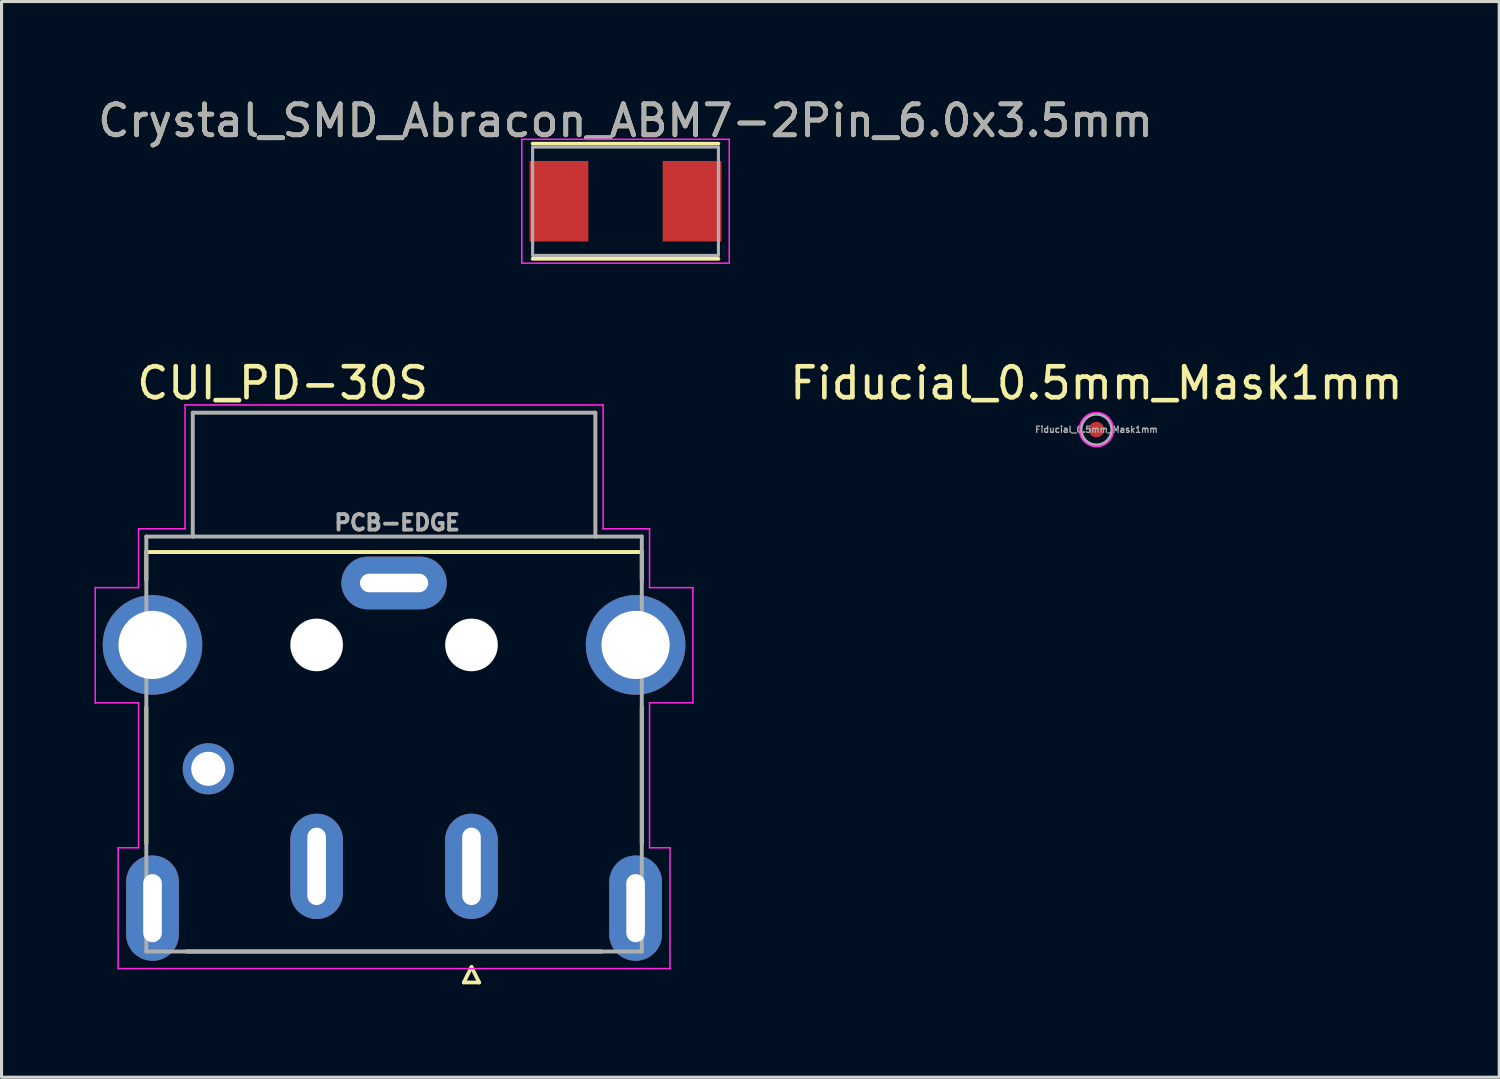
<source format=kicad_pcb>
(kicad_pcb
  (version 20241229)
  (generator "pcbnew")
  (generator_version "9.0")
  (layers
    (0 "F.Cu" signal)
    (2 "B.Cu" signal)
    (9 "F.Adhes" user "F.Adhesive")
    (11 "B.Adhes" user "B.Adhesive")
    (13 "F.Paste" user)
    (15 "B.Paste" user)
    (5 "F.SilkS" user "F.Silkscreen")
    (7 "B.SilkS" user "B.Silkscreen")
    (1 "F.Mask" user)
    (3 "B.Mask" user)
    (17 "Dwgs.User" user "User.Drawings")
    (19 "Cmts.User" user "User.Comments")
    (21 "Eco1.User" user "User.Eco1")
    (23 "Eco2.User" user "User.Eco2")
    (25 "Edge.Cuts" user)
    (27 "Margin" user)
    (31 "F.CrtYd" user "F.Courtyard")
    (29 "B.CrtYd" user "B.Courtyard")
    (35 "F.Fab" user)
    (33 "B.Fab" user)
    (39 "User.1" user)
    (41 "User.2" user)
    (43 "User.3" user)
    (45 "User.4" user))
  (footprint "CUI_PD-30S"
    (layer "F.Cu")
    (at 12.175 24.926)
    (property "Reference" "CUI_PD-30S" (at -6.099 -15.605 0) (layer "F.SilkS") (effects (font (size 1 1) (thickness 0.15))))
    (attr through_hole)
    (fp_line (start -10.5 -10.15) (end -10.5 -9.25) (stroke (width 0.127) (type solid)) (layer "F.SilkS"))
    (fp_line (start -10.5 -10.15) (end -9 -10.15) (stroke (width 0.127) (type solid)) (layer "F.SilkS"))
    (fp_line (start -10.5 -5.13) (end -10.5 -0.75) (stroke (width 0.127) (type solid)) (layer "F.SilkS"))
    (fp_line (start -9 -10.15) (end 4 -10.15) (stroke (width 0.127) (type solid)) (layer "F.SilkS"))
    (fp_line (start -0.25 3.75) (end 0.25 3.75) (stroke (width 0.12) (type solid)) (layer "F.SilkS"))
    (fp_line (start 0 3.25) (end -0.25 3.75) (stroke (width 0.12) (type solid)) (layer "F.SilkS"))
    (fp_line (start 0.25 3.75) (end 0 3.25) (stroke (width 0.12) (type solid)) (layer "F.SilkS"))
    (fp_line (start 4 -10.15) (end 5.5 -10.15) (stroke (width 0.127) (type solid)) (layer "F.SilkS"))
    (fp_line (start 4.2 2.75) (end -9.2 2.75) (stroke (width 0.127) (type solid)) (layer "F.SilkS"))
    (fp_line (start 5.5 -9.25) (end 5.5 -10.15) (stroke (width 0.127) (type solid)) (layer "F.SilkS"))
    (fp_line (start 5.5 -0.75) (end 5.5 -5.13) (stroke (width 0.127) (type solid)) (layer "F.SilkS"))
    (fp_line (start -12.15 -9) (end -12.15 -5.28) (stroke (width 0.05) (type solid)) (layer "F.CrtYd"))
    (fp_line (start -12.15 -5.28) (end -10.75 -5.28) (stroke (width 0.05) (type solid)) (layer "F.CrtYd"))
    (fp_line (start -11.41 -0.6) (end -11.41 3.3) (stroke (width 0.05) (type solid)) (layer "F.CrtYd"))
    (fp_line (start -10.75 -10.9) (end -10.75 -9) (stroke (width 0.05) (type solid)) (layer "F.CrtYd"))
    (fp_line (start -10.75 -10.9) (end -9.25 -10.9) (stroke (width 0.05) (type solid)) (layer "F.CrtYd"))
    (fp_line (start -10.75 -9) (end -12.15 -9) (stroke (width 0.05) (type solid)) (layer "F.CrtYd"))
    (fp_line (start -10.75 -5.28) (end -10.75 -0.6) (stroke (width 0.05) (type solid)) (layer "F.CrtYd"))
    (fp_line (start -10.75 -0.6) (end -11.41 -0.6) (stroke (width 0.05) (type solid)) (layer "F.CrtYd"))
    (fp_line (start -9.25 -14.9) (end 4.25 -14.9) (stroke (width 0.05) (type solid)) (layer "F.CrtYd"))
    (fp_line (start -9.25 -10.9) (end -9.25 -14.9) (stroke (width 0.05) (type solid)) (layer "F.CrtYd"))
    (fp_line (start 4.25 -14.9) (end 4.25 -10.9) (stroke (width 0.05) (type solid)) (layer "F.CrtYd"))
    (fp_line (start 4.25 -10.9) (end 5.75 -10.9) (stroke (width 0.05) (type solid)) (layer "F.CrtYd"))
    (fp_line (start 5.75 -9) (end 5.75 -10.9) (stroke (width 0.05) (type solid)) (layer "F.CrtYd"))
    (fp_line (start 5.75 -5.28) (end 7.15 -5.28) (stroke (width 0.05) (type solid)) (layer "F.CrtYd"))
    (fp_line (start 5.75 -0.6) (end 5.75 -5.28) (stroke (width 0.05) (type solid)) (layer "F.CrtYd"))
    (fp_line (start 6.41 -0.6) (end 5.75 -0.6) (stroke (width 0.05) (type solid)) (layer "F.CrtYd"))
    (fp_line (start 6.41 3.3) (end -11.41 3.3) (stroke (width 0.05) (type solid)) (layer "F.CrtYd"))
    (fp_line (start 6.41 3.3) (end 6.41 -0.6) (stroke (width 0.05) (type solid)) (layer "F.CrtYd"))
    (fp_line (start 7.15 -9) (end 5.75 -9) (stroke (width 0.05) (type solid)) (layer "F.CrtYd"))
    (fp_line (start 7.15 -5.28) (end 7.15 -9) (stroke (width 0.05) (type solid)) (layer "F.CrtYd"))
    (fp_line (start -10.5 -10.65) (end -10.5 2.75) (stroke (width 0.127) (type solid)) (layer "F.Fab"))
    (fp_line (start -10.5 -10.65) (end -9 -10.65) (stroke (width 0.127) (type solid)) (layer "F.Fab"))
    (fp_line (start -9 -14.65) (end 4 -14.65) (stroke (width 0.127) (type solid)) (layer "F.Fab"))
    (fp_line (start -9 -10.65) (end -9 -14.65) (stroke (width 0.127) (type solid)) (layer "F.Fab"))
    (fp_line (start -9 -10.65) (end 4 -10.65) (stroke (width 0.127) (type solid)) (layer "F.Fab"))
    (fp_line (start 4 -14.65) (end 4 -10.65) (stroke (width 0.127) (type solid)) (layer "F.Fab"))
    (fp_line (start 4 -10.65) (end 5.5 -10.65) (stroke (width 0.127) (type solid)) (layer "F.Fab"))
    (fp_line (start 5.5 -10.65) (end 5.5 2.75) (stroke (width 0.127) (type solid)) (layer "F.Fab"))
    (fp_line (start 5.5 2.75) (end -10.5 2.75) (stroke (width 0.127) (type solid)) (layer "F.Fab"))
    (fp_text user "PCB-EDGE" (at -2.4 -11.1 180) (layer "F.Fab") (effects (font (size 0.5 0.5) (thickness 0.125))))
    (pad "" np_thru_hole circle (at -5 -7.15) (size 1.7 1.7) (drill 1.7) (layers "*.Cu" "*.Mask"))
    (pad "" np_thru_hole circle (at 0 -7.15) (size 1.7 1.7) (drill 1.7) (layers "*.Cu" "*.Mask"))
    (pad "1" thru_hole oval (at 0 0) (size 1.7 3.4) (drill oval 0.6 2.5) (layers "*.Cu" "*.Mask"))
    (pad "2" thru_hole oval (at -5 0) (size 1.7 3.4) (drill oval 0.6 2.5) (layers "*.Cu" "*.Mask"))
    (pad "3" thru_hole circle (at -8.5 -3.15) (size 1.65 1.65) (drill 1.1) (layers "*.Cu" "*.Mask"))
    (pad "4" thru_hole circle (at -10.3 -7.15) (size 3.216 3.216) (drill 2.2) (layers "*.Cu" "*.Mask"))
    (pad "4" thru_hole oval (at -10.3 1.35) (size 1.7 3.4) (drill oval 0.6 2.2) (layers "*.Cu" "*.Mask"))
    (pad "4" thru_hole oval (at -2.5 -9.15) (size 3.4 1.7) (drill oval 2.2 0.6) (layers "*.Cu" "*.Mask"))
    (pad "4" thru_hole circle (at 5.3 -7.15) (size 3.216 3.216) (drill 2.2) (layers "*.Cu" "*.Mask"))
    (pad "4" thru_hole oval (at 5.3 1.35) (size 1.7 3.4) (drill oval 0.6 2.2) (layers "*.Cu" "*.Mask")))
  (footprint "Crystal_SMD_Abracon_ABM7-2Pin_6.0x3.5mm"
    (layer "F.Cu")
    (at 17.149 3.448)
    (property "Reference" "Crystal_SMD_Abracon_ABM7-2Pin_6.0x3.5mm" (at 0 -2.6 0) (layer "F.SilkS") (effects (font (size 1 1) (thickness 0.15))))
    (attr smd)
    (fp_line (start -3 -1.86) (end 3 -1.86) (stroke (width 0.12) (type solid)) (layer "F.SilkS"))
    (fp_line (start -3 1.86) (end 3 1.86) (stroke (width 0.12) (type solid)) (layer "F.SilkS"))
    (fp_line (start -3.35 -2) (end -3.35 2) (stroke (width 0.05) (type solid)) (layer "F.CrtYd"))
    (fp_line (start -3.35 -2) (end 3.35 -2) (stroke (width 0.05) (type solid)) (layer "F.CrtYd"))
    (fp_line (start 3.35 2) (end -3.35 2) (stroke (width 0.05) (type solid)) (layer "F.CrtYd"))
    (fp_line (start 3.35 2) (end 3.35 -2) (stroke (width 0.05) (type solid)) (layer "F.CrtYd"))
    (fp_line (start -3 -1.75) (end -3 1.75) (stroke (width 0.1) (type solid)) (layer "F.Fab"))
    (fp_line (start -3 -1.75) (end 3 -1.75) (stroke (width 0.1) (type solid)) (layer "F.Fab"))
    (fp_line (start -3 1.75) (end 3 1.75) (stroke (width 0.1) (type solid)) (layer "F.Fab"))
    (fp_line (start 3 -1.75) (end 3 1.75) (stroke (width 0.1) (type solid)) (layer "F.Fab"))
    (fp_text user "${REFERENCE}" (at 0 -2.6 0) (layer "F.Fab") (effects (font (size 1 1) (thickness 0.15))))
    (pad "1" smd rect (at -2.15 0) (size 1.9 2.6) (layers "F.Cu" "F.Mask" "F.Paste"))
    (pad "2" smd rect (at 2.15 0) (size 1.9 2.6) (layers "F.Cu" "F.Mask" "F.Paste")))
  (footprint "Fiducial_0.5mm_Mask1mm"
    (layer "F.Cu")
    (at 32.356 10.822)
    (property "Reference" "Fiducial_0.5mm_Mask1mm" (at 0 -1.5 0) (layer "F.SilkS") (effects (font (size 1 1) (thickness 0.15))))
    (attr smd)
    (fp_circle (center 0 0) (end 0.55 0) (stroke (width 0.05) (type solid)) (fill no) (layer "F.CrtYd"))
    (fp_circle (center 0 0) (end 0.5 0) (stroke (width 0.1) (type solid)) (fill no) (layer "F.Fab"))
    (fp_text user "${REFERENCE}" (at 0 0 0) (layer "F.Fab") (effects (font (size 0.2 0.2) (thickness 0.04))))
    (pad "" smd circle (at 0 0) (size 0.5 0.5) (layers "F.Cu" "F.Mask")))
  (gr_rect
    (start -3 -3)
    (end 45.362 31.736)
    (stroke (width 0.1) (type default))
    (fill no)
    (layer "Edge.Cuts")))
</source>
